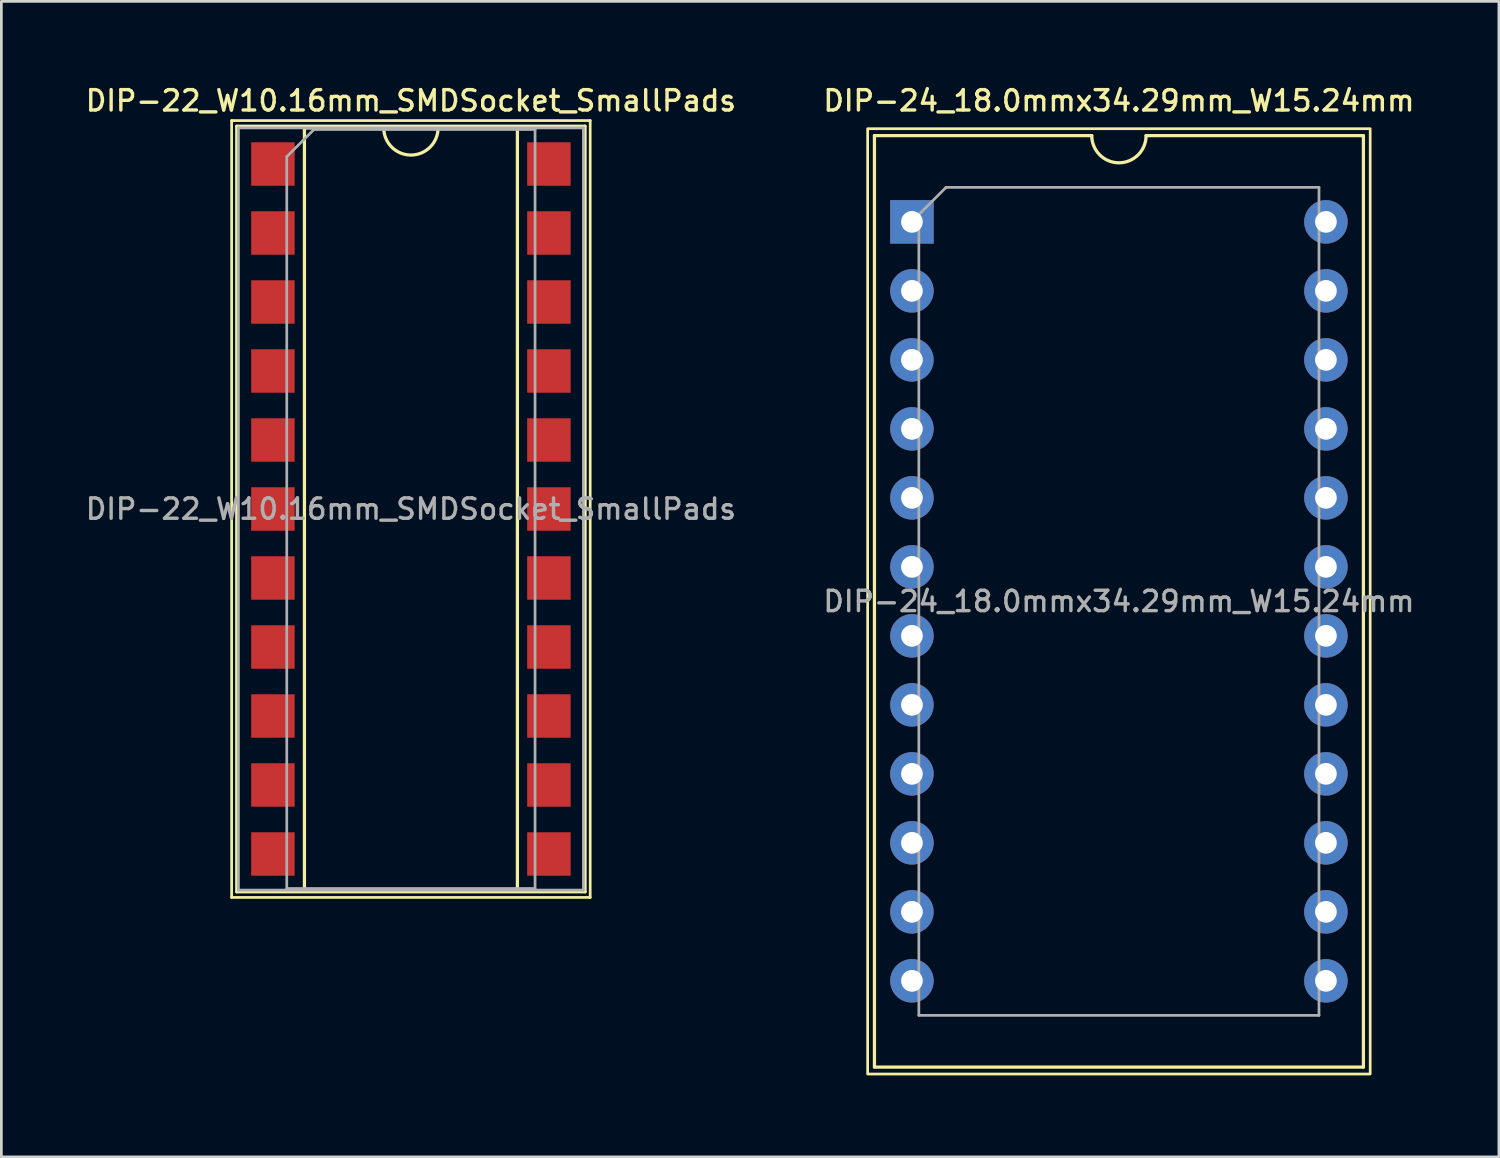
<source format=kicad_pcb>
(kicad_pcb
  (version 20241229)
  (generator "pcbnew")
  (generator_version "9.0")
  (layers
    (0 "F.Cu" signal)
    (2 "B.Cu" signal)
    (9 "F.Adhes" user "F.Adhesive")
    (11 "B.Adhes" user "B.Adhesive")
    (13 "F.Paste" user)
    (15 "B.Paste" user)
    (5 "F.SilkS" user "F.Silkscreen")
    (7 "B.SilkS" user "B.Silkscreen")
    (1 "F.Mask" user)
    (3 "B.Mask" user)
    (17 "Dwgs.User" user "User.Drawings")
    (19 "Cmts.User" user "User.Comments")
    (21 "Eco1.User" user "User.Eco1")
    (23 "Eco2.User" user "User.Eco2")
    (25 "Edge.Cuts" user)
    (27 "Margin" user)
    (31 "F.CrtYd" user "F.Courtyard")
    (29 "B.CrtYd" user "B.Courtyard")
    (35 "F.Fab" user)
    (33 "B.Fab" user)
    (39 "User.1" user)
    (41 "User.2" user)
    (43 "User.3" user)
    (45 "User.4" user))
  (footprint "DIP-22_W10.16mm_SMDSocket_SmallPads"
    (layer "F.Cu")
    (at 12.077 15.688)
    (property "Reference" "DIP-22_W10.16mm_SMDSocket_SmallPads" (at 0 -15.03 0) (layer "F.SilkS") (effects (font (size 0.75 0.75) (thickness 0.125))))
    (attr smd)
    (fp_line (start -6.6 -14.3) (end -6.6 14.3) (stroke (width 0.1) (type solid)) (layer "F.SilkS"))
    (fp_line (start -6.6 14.3) (end 6.6 14.3) (stroke (width 0.1) (type solid)) (layer "F.SilkS"))
    (fp_line (start -6.41 -14.09) (end -6.41 14.09) (stroke (width 0.12) (type solid)) (layer "F.SilkS"))
    (fp_line (start -6.41 14.09) (end 6.41 14.09) (stroke (width 0.12) (type solid)) (layer "F.SilkS"))
    (fp_line (start -3.92 -14.03) (end -3.92 14.03) (stroke (width 0.12) (type solid)) (layer "F.SilkS"))
    (fp_line (start -3.92 14.03) (end 3.92 14.03) (stroke (width 0.12) (type solid)) (layer "F.SilkS"))
    (fp_line (start -1 -14.03) (end -3.92 -14.03) (stroke (width 0.12) (type solid)) (layer "F.SilkS"))
    (fp_line (start 3.92 -14.03) (end 1 -14.03) (stroke (width 0.12) (type solid)) (layer "F.SilkS"))
    (fp_line (start 3.92 14.03) (end 3.92 -14.03) (stroke (width 0.12) (type solid)) (layer "F.SilkS"))
    (fp_line (start 6.41 -14.09) (end -6.41 -14.09) (stroke (width 0.12) (type solid)) (layer "F.SilkS"))
    (fp_line (start 6.41 14.09) (end 6.41 -14.09) (stroke (width 0.12) (type solid)) (layer "F.SilkS"))
    (fp_line (start 6.6 -14.3) (end -6.6 -14.3) (stroke (width 0.1) (type solid)) (layer "F.SilkS"))
    (fp_line (start 6.6 14.3) (end 6.6 -14.3) (stroke (width 0.1) (type solid)) (layer "F.SilkS"))
    (fp_arc (start 1 -14.03) (mid 0 -13.03) (end -1 -14.03) (stroke (width 0.12) (type solid)) (layer "F.SilkS"))
    (fp_line (start -6.35 -14.03) (end -6.35 14.03) (stroke (width 0.1) (type solid)) (layer "F.Fab"))
    (fp_line (start -6.35 14.03) (end 6.35 14.03) (stroke (width 0.1) (type solid)) (layer "F.Fab"))
    (fp_line (start -4.57 -12.97) (end -3.57 -13.97) (stroke (width 0.1) (type solid)) (layer "F.Fab"))
    (fp_line (start -4.57 13.97) (end -4.57 -12.97) (stroke (width 0.1) (type solid)) (layer "F.Fab"))
    (fp_line (start -3.57 -13.97) (end 4.57 -13.97) (stroke (width 0.1) (type solid)) (layer "F.Fab"))
    (fp_line (start 4.57 -13.97) (end 4.57 13.97) (stroke (width 0.1) (type solid)) (layer "F.Fab"))
    (fp_line (start 4.57 13.97) (end -4.57 13.97) (stroke (width 0.1) (type solid)) (layer "F.Fab"))
    (fp_line (start 6.35 -14.03) (end -6.35 -14.03) (stroke (width 0.1) (type solid)) (layer "F.Fab"))
    (fp_line (start 6.35 14.03) (end 6.35 -14.03) (stroke (width 0.1) (type solid)) (layer "F.Fab"))
    (fp_text user "${REFERENCE}" (at 0 0 0) (layer "F.Fab") (effects (font (size 0.75 0.75) (thickness 0.125))))
    (pad "1" smd rect (at -5.08 -12.7) (size 1.6 1.6) (layers "F.Cu" "F.Mask" "F.Paste"))
    (pad "2" smd rect (at -5.08 -10.16) (size 1.6 1.6) (layers "F.Cu" "F.Mask" "F.Paste"))
    (pad "3" smd rect (at -5.08 -7.62) (size 1.6 1.6) (layers "F.Cu" "F.Mask" "F.Paste"))
    (pad "4" smd rect (at -5.08 -5.08) (size 1.6 1.6) (layers "F.Cu" "F.Mask" "F.Paste"))
    (pad "5" smd rect (at -5.08 -2.54) (size 1.6 1.6) (layers "F.Cu" "F.Mask" "F.Paste"))
    (pad "6" smd rect (at -5.08 0) (size 1.6 1.6) (layers "F.Cu" "F.Mask" "F.Paste"))
    (pad "7" smd rect (at -5.08 2.54) (size 1.6 1.6) (layers "F.Cu" "F.Mask" "F.Paste"))
    (pad "8" smd rect (at -5.08 5.08) (size 1.6 1.6) (layers "F.Cu" "F.Mask" "F.Paste"))
    (pad "9" smd rect (at -5.08 7.62) (size 1.6 1.6) (layers "F.Cu" "F.Mask" "F.Paste"))
    (pad "10" smd rect (at -5.08 10.16) (size 1.6 1.6) (layers "F.Cu" "F.Mask" "F.Paste"))
    (pad "11" smd rect (at -5.08 12.7) (size 1.6 1.6) (layers "F.Cu" "F.Mask" "F.Paste"))
    (pad "12" smd rect (at 5.08 12.7) (size 1.6 1.6) (layers "F.Cu" "F.Mask" "F.Paste"))
    (pad "13" smd rect (at 5.08 10.16) (size 1.6 1.6) (layers "F.Cu" "F.Mask" "F.Paste"))
    (pad "14" smd rect (at 5.08 7.62) (size 1.6 1.6) (layers "F.Cu" "F.Mask" "F.Paste"))
    (pad "15" smd rect (at 5.08 5.08) (size 1.6 1.6) (layers "F.Cu" "F.Mask" "F.Paste"))
    (pad "16" smd rect (at 5.08 2.54) (size 1.6 1.6) (layers "F.Cu" "F.Mask" "F.Paste"))
    (pad "17" smd rect (at 5.08 0) (size 1.6 1.6) (layers "F.Cu" "F.Mask" "F.Paste"))
    (pad "18" smd rect (at 5.08 -2.54) (size 1.6 1.6) (layers "F.Cu" "F.Mask" "F.Paste"))
    (pad "19" smd rect (at 5.08 -5.08) (size 1.6 1.6) (layers "F.Cu" "F.Mask" "F.Paste"))
    (pad "20" smd rect (at 5.08 -7.62) (size 1.6 1.6) (layers "F.Cu" "F.Mask" "F.Paste"))
    (pad "21" smd rect (at 5.08 -10.16) (size 1.6 1.6) (layers "F.Cu" "F.Mask" "F.Paste"))
    (pad "22" smd rect (at 5.08 -12.7) (size 1.6 1.6) (layers "F.Cu" "F.Mask" "F.Paste")))
  (footprint "DIP-24_18.0mmx34.29mm_W15.24mm"
    (layer "F.Cu")
    (at 30.521 5.118)
    (property "Reference" "DIP-24_18.0mmx34.29mm_W15.24mm" (at 7.62 -4.46 0) (layer "F.SilkS") (effects (font (size 0.75 0.75) (thickness 0.125))))
    (attr through_hole)
    (fp_line (start -1.38 -3.175) (end -1.38 31.115) (stroke (width 0.12) (type solid)) (layer "F.SilkS"))
    (fp_line (start -1.38 31.115) (end 16.62 31.115) (stroke (width 0.12) (type solid)) (layer "F.SilkS"))
    (fp_line (start 6.62 -3.175) (end -1.38 -3.175) (stroke (width 0.12) (type solid)) (layer "F.SilkS"))
    (fp_line (start 16.62 -3.175) (end 8.62 -3.175) (stroke (width 0.12) (type solid)) (layer "F.SilkS"))
    (fp_line (start 16.62 31.115) (end 16.62 -3.175) (stroke (width 0.12) (type solid)) (layer "F.SilkS"))
    (fp_rect (start -1.63 -3.43) (end 16.87 31.37) (stroke (width 0.1) (type default)) (fill no) (layer "F.SilkS"))
    (fp_arc (start 8.62 -3.175) (mid 7.62 -2.175) (end 6.62 -3.175) (stroke (width 0.12) (type solid)) (layer "F.SilkS"))
    (fp_line (start 0.255 -0.27) (end 1.255 -1.27) (stroke (width 0.1) (type solid)) (layer "F.Fab"))
    (fp_line (start 0.255 29.21) (end 0.255 -0.27) (stroke (width 0.1) (type solid)) (layer "F.Fab"))
    (fp_line (start 1.255 -1.27) (end 14.985 -1.27) (stroke (width 0.1) (type solid)) (layer "F.Fab"))
    (fp_line (start 14.985 -1.27) (end 14.985 29.21) (stroke (width 0.1) (type solid)) (layer "F.Fab"))
    (fp_line (start 14.985 29.21) (end 0.255 29.21) (stroke (width 0.1) (type solid)) (layer "F.Fab"))
    (fp_text user "${REFERENCE}" (at 7.62 13.97 0) (layer "F.Fab") (effects (font (size 0.75 0.75) (thickness 0.125))))
    (pad "1" thru_hole rect (at 0 0) (size 1.6 1.6) (drill 0.8) (layers "*.Cu" "*.Mask"))
    (pad "2" thru_hole oval (at 0 2.54) (size 1.6 1.6) (drill 0.8) (layers "*.Cu" "*.Mask"))
    (pad "3" thru_hole oval (at 0 5.08) (size 1.6 1.6) (drill 0.8) (layers "*.Cu" "*.Mask"))
    (pad "4" thru_hole oval (at 0 7.62) (size 1.6 1.6) (drill 0.8) (layers "*.Cu" "*.Mask"))
    (pad "5" thru_hole oval (at 0 10.16) (size 1.6 1.6) (drill 0.8) (layers "*.Cu" "*.Mask"))
    (pad "6" thru_hole oval (at 0 12.7) (size 1.6 1.6) (drill 0.8) (layers "*.Cu" "*.Mask"))
    (pad "7" thru_hole oval (at 0 15.24) (size 1.6 1.6) (drill 0.8) (layers "*.Cu" "*.Mask"))
    (pad "8" thru_hole oval (at 0 17.78) (size 1.6 1.6) (drill 0.8) (layers "*.Cu" "*.Mask"))
    (pad "9" thru_hole oval (at 0 20.32) (size 1.6 1.6) (drill 0.8) (layers "*.Cu" "*.Mask"))
    (pad "10" thru_hole oval (at 0 22.86) (size 1.6 1.6) (drill 0.8) (layers "*.Cu" "*.Mask"))
    (pad "11" thru_hole oval (at 0 25.4) (size 1.6 1.6) (drill 0.8) (layers "*.Cu" "*.Mask"))
    (pad "12" thru_hole oval (at 0 27.94) (size 1.6 1.6) (drill 0.8) (layers "*.Cu" "*.Mask"))
    (pad "13" thru_hole oval (at 15.24 27.94) (size 1.6 1.6) (drill 0.8) (layers "*.Cu" "*.Mask"))
    (pad "14" thru_hole oval (at 15.24 25.4) (size 1.6 1.6) (drill 0.8) (layers "*.Cu" "*.Mask"))
    (pad "15" thru_hole oval (at 15.24 22.86) (size 1.6 1.6) (drill 0.8) (layers "*.Cu" "*.Mask"))
    (pad "16" thru_hole oval (at 15.24 20.32) (size 1.6 1.6) (drill 0.8) (layers "*.Cu" "*.Mask"))
    (pad "17" thru_hole oval (at 15.24 17.78) (size 1.6 1.6) (drill 0.8) (layers "*.Cu" "*.Mask"))
    (pad "18" thru_hole oval (at 15.24 15.24) (size 1.6 1.6) (drill 0.8) (layers "*.Cu" "*.Mask"))
    (pad "19" thru_hole oval (at 15.24 12.7) (size 1.6 1.6) (drill 0.8) (layers "*.Cu" "*.Mask"))
    (pad "20" thru_hole oval (at 15.24 10.16) (size 1.6 1.6) (drill 0.8) (layers "*.Cu" "*.Mask"))
    (pad "21" thru_hole oval (at 15.24 7.62) (size 1.6 1.6) (drill 0.8) (layers "*.Cu" "*.Mask"))
    (pad "22" thru_hole oval (at 15.24 5.08) (size 1.6 1.6) (drill 0.8) (layers "*.Cu" "*.Mask"))
    (pad "23" thru_hole oval (at 15.24 2.54) (size 1.6 1.6) (drill 0.8) (layers "*.Cu" "*.Mask"))
    (pad "24" thru_hole oval (at 15.24 0) (size 1.6 1.6) (drill 0.8) (layers "*.Cu" "*.Mask")))
  (gr_rect
    (start -3 -3)
    (end 52.129 39.538)
    (stroke (width 0.1) (type default))
    (fill no)
    (layer "Edge.Cuts")))
</source>
